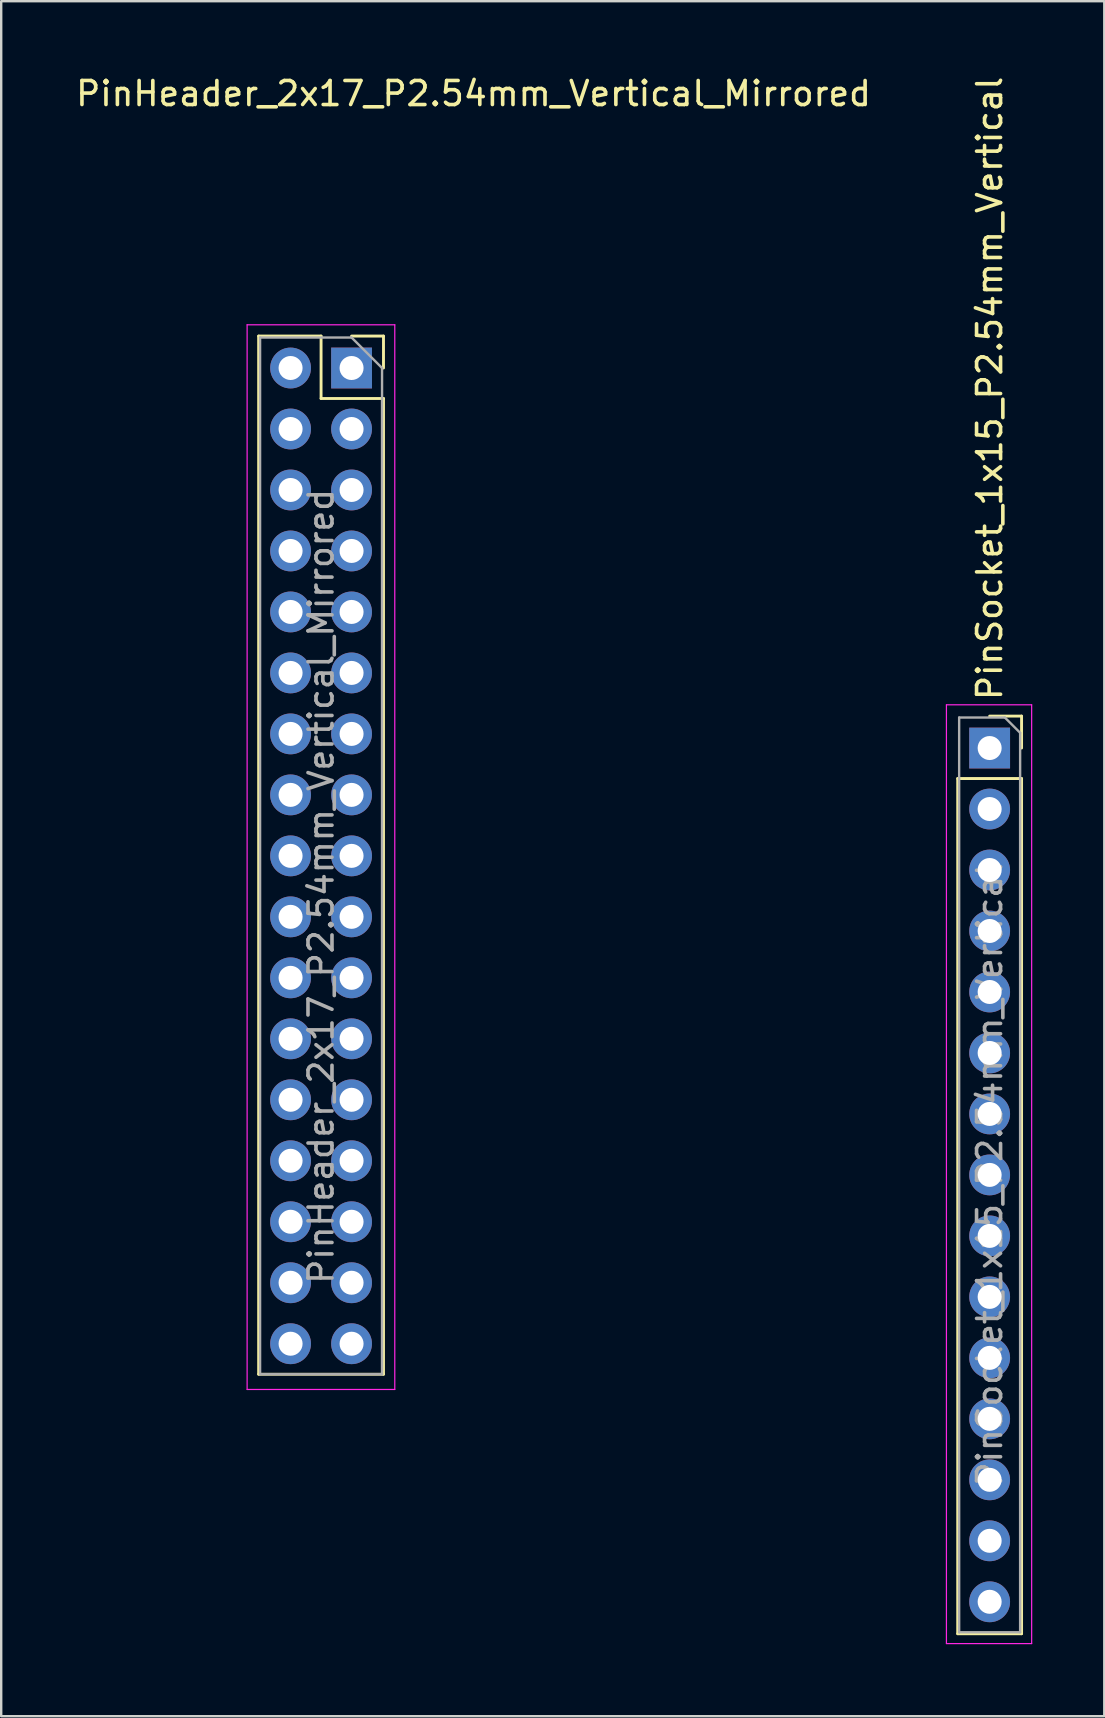
<source format=kicad_pcb>
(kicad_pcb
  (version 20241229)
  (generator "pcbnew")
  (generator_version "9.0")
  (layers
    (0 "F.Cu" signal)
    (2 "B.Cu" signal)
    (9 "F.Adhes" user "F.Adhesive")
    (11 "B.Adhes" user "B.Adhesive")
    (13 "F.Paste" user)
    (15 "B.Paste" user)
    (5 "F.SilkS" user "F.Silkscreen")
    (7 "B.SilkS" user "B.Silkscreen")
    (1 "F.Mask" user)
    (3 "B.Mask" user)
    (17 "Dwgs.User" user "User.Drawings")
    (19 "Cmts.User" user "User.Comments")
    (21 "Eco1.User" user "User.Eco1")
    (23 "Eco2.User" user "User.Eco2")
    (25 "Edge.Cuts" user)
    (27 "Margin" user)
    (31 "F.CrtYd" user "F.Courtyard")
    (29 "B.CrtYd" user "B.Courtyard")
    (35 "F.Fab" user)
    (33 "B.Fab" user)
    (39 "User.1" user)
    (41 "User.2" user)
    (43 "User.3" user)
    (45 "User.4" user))
  (footprint "PinSocket_1x15_P2.54mm_Vertical"
    (layer "F.Cu")
    (at 38.17 28.107)
    (property "Reference" "PinSocket_1x15_P2.54mm_Vertical" (at 0 -1.905 270) (layer "F.SilkS") (effects (font (size 1 1) (thickness 0.15)) (justify left)))
    (attr through_hole)
    (fp_line (start -1.33 1.27) (end -1.33 36.89) (stroke (width 0.12) (type solid)) (layer "F.SilkS"))
    (fp_line (start -1.33 1.27) (end 1.33 1.27) (stroke (width 0.12) (type solid)) (layer "F.SilkS"))
    (fp_line (start -1.33 36.89) (end 1.33 36.89) (stroke (width 0.12) (type solid)) (layer "F.SilkS"))
    (fp_line (start 0 -1.33) (end 1.33 -1.33) (stroke (width 0.12) (type solid)) (layer "F.SilkS"))
    (fp_line (start 1.33 -1.33) (end 1.33 0) (stroke (width 0.12) (type solid)) (layer "F.SilkS"))
    (fp_line (start 1.33 1.27) (end 1.33 36.89) (stroke (width 0.12) (type solid)) (layer "F.SilkS"))
    (fp_line (start -1.8 -1.8) (end 1.75 -1.8) (stroke (width 0.05) (type solid)) (layer "F.CrtYd"))
    (fp_line (start -1.8 37.3) (end -1.8 -1.8) (stroke (width 0.05) (type solid)) (layer "F.CrtYd"))
    (fp_line (start 1.75 -1.8) (end 1.75 37.3) (stroke (width 0.05) (type solid)) (layer "F.CrtYd"))
    (fp_line (start 1.75 37.3) (end -1.8 37.3) (stroke (width 0.05) (type solid)) (layer "F.CrtYd"))
    (fp_line (start -1.27 -1.27) (end 0.635 -1.27) (stroke (width 0.1) (type solid)) (layer "F.Fab"))
    (fp_line (start -1.27 36.83) (end -1.27 -1.27) (stroke (width 0.1) (type solid)) (layer "F.Fab"))
    (fp_line (start 0.635 -1.27) (end 1.27 -0.635) (stroke (width 0.1) (type solid)) (layer "F.Fab"))
    (fp_line (start 1.27 -0.635) (end 1.27 36.83) (stroke (width 0.1) (type solid)) (layer "F.Fab"))
    (fp_line (start 1.27 36.83) (end -1.27 36.83) (stroke (width 0.1) (type solid)) (layer "F.Fab"))
    (fp_text user "${REFERENCE}" (at 0 17.78 90) (layer "F.Fab") (effects (font (size 1 1) (thickness 0.15))))
    (pad "1" thru_hole rect (at 0 0) (size 1.7 1.7) (drill 1) (layers "*.Cu" "*.Mask"))
    (pad "2" thru_hole oval (at 0 2.54) (size 1.7 1.7) (drill 1) (layers "*.Cu" "*.Mask"))
    (pad "3" thru_hole oval (at 0 5.08) (size 1.7 1.7) (drill 1) (layers "*.Cu" "*.Mask"))
    (pad "4" thru_hole oval (at 0 7.62) (size 1.7 1.7) (drill 1) (layers "*.Cu" "*.Mask"))
    (pad "5" thru_hole oval (at 0 10.16) (size 1.7 1.7) (drill 1) (layers "*.Cu" "*.Mask"))
    (pad "6" thru_hole oval (at 0 12.7) (size 1.7 1.7) (drill 1) (layers "*.Cu" "*.Mask"))
    (pad "7" thru_hole oval (at 0 15.24) (size 1.7 1.7) (drill 1) (layers "*.Cu" "*.Mask"))
    (pad "8" thru_hole oval (at 0 17.78) (size 1.7 1.7) (drill 1) (layers "*.Cu" "*.Mask"))
    (pad "9" thru_hole oval (at 0 20.32) (size 1.7 1.7) (drill 1) (layers "*.Cu" "*.Mask"))
    (pad "10" thru_hole oval (at 0 22.86) (size 1.7 1.7) (drill 1) (layers "*.Cu" "*.Mask"))
    (pad "11" thru_hole oval (at 0 25.4) (size 1.7 1.7) (drill 1) (layers "*.Cu" "*.Mask"))
    (pad "12" thru_hole oval (at 0 27.94) (size 1.7 1.7) (drill 1) (layers "*.Cu" "*.Mask"))
    (pad "13" thru_hole oval (at 0 30.48) (size 1.7 1.7) (drill 1) (layers "*.Cu" "*.Mask"))
    (pad "14" thru_hole oval (at 0 33.02) (size 1.7 1.7) (drill 1) (layers "*.Cu" "*.Mask"))
    (pad "15" thru_hole oval (at 0 35.56) (size 1.7 1.7) (drill 1) (layers "*.Cu" "*.Mask")))
  (footprint "PinHeader_2x17_P2.54mm_Vertical_Mirrored"
    (layer "F.Cu")
    (at 11.593 12.278)
    (property "Reference" "PinHeader_2x17_P2.54mm_Vertical_Mirrored" (at 5.08 -11.43 180) (layer "F.SilkS") (effects (font (size 1 1) (thickness 0.15))))
    (attr through_hole)
    (fp_line (start -3.87 -1.33) (end -3.87 41.91) (stroke (width 0.12) (type solid)) (layer "F.SilkS"))
    (fp_line (start -1.27 -1.33) (end -3.87 -1.33) (stroke (width 0.12) (type solid)) (layer "F.SilkS"))
    (fp_line (start -1.27 1.27) (end -1.27 -1.33) (stroke (width 0.12) (type solid)) (layer "F.SilkS"))
    (fp_line (start 1.33 -1.33) (end 0 -1.33) (stroke (width 0.12) (type solid)) (layer "F.SilkS"))
    (fp_line (start 1.33 0) (end 1.33 -1.33) (stroke (width 0.12) (type solid)) (layer "F.SilkS"))
    (fp_line (start 1.33 1.27) (end -1.27 1.27) (stroke (width 0.12) (type solid)) (layer "F.SilkS"))
    (fp_line (start 1.33 1.27) (end 1.33 41.91) (stroke (width 0.12) (type solid)) (layer "F.SilkS"))
    (fp_line (start 1.33 41.91) (end -3.87 41.91) (stroke (width 0.12) (type solid)) (layer "F.SilkS"))
    (fp_line (start -4.35 -1.8) (end 1.8 -1.8) (stroke (width 0.05) (type solid)) (layer "F.CrtYd"))
    (fp_line (start -4.35 42.545) (end -4.35 -1.8) (stroke (width 0.05) (type solid)) (layer "F.CrtYd"))
    (fp_line (start 1.8 -1.8) (end 1.8 42.545) (stroke (width 0.05) (type solid)) (layer "F.CrtYd"))
    (fp_line (start 1.8 42.545) (end -4.35 42.545) (stroke (width 0.05) (type solid)) (layer "F.CrtYd"))
    (fp_line (start -3.81 -1.27) (end -3.81 41.91) (stroke (width 0.1) (type solid)) (layer "F.Fab"))
    (fp_line (start -3.81 41.91) (end 1.27 41.91) (stroke (width 0.1) (type solid)) (layer "F.Fab"))
    (fp_line (start 0 -1.27) (end -3.81 -1.27) (stroke (width 0.1) (type solid)) (layer "F.Fab"))
    (fp_line (start 1.27 0) (end 0 -1.27) (stroke (width 0.1) (type solid)) (layer "F.Fab"))
    (fp_line (start 1.27 41.91) (end 1.27 0) (stroke (width 0.1) (type solid)) (layer "F.Fab"))
    (fp_text user "${REFERENCE}" (at -1.27 21.59 90) (layer "F.Fab") (effects (font (size 1 1) (thickness 0.15))))
    (pad "1" thru_hole rect (at 0 0) (size 1.7 1.7) (drill 1) (layers "*.Cu" "*.Mask"))
    (pad "2" thru_hole oval (at -2.54 0) (size 1.7 1.7) (drill 1) (layers "*.Cu" "*.Mask"))
    (pad "3" thru_hole oval (at 0 2.54) (size 1.7 1.7) (drill 1) (layers "*.Cu" "*.Mask"))
    (pad "4" thru_hole oval (at -2.54 2.54) (size 1.7 1.7) (drill 1) (layers "*.Cu" "*.Mask"))
    (pad "5" thru_hole oval (at 0 5.08) (size 1.7 1.7) (drill 1) (layers "*.Cu" "*.Mask"))
    (pad "6" thru_hole oval (at -2.54 5.08) (size 1.7 1.7) (drill 1) (layers "*.Cu" "*.Mask"))
    (pad "7" thru_hole oval (at 0 7.62) (size 1.7 1.7) (drill 1) (layers "*.Cu" "*.Mask"))
    (pad "8" thru_hole oval (at -2.54 7.62) (size 1.7 1.7) (drill 1) (layers "*.Cu" "*.Mask"))
    (pad "9" thru_hole oval (at 0 10.16) (size 1.7 1.7) (drill 1) (layers "*.Cu" "*.Mask"))
    (pad "10" thru_hole oval (at -2.54 10.16) (size 1.7 1.7) (drill 1) (layers "*.Cu" "*.Mask"))
    (pad "11" thru_hole oval (at 0 12.7) (size 1.7 1.7) (drill 1) (layers "*.Cu" "*.Mask"))
    (pad "12" thru_hole oval (at -2.54 12.7) (size 1.7 1.7) (drill 1) (layers "*.Cu" "*.Mask"))
    (pad "13" thru_hole oval (at 0 15.24) (size 1.7 1.7) (drill 1) (layers "*.Cu" "*.Mask"))
    (pad "14" thru_hole oval (at -2.54 15.24) (size 1.7 1.7) (drill 1) (layers "*.Cu" "*.Mask"))
    (pad "15" thru_hole oval (at 0 17.78) (size 1.7 1.7) (drill 1) (layers "*.Cu" "*.Mask"))
    (pad "16" thru_hole oval (at -2.54 17.78) (size 1.7 1.7) (drill 1) (layers "*.Cu" "*.Mask"))
    (pad "17" thru_hole oval (at 0 20.32) (size 1.7 1.7) (drill 1) (layers "*.Cu" "*.Mask"))
    (pad "18" thru_hole oval (at -2.54 20.32) (size 1.7 1.7) (drill 1) (layers "*.Cu" "*.Mask"))
    (pad "19" thru_hole oval (at 0 22.86) (size 1.7 1.7) (drill 1) (layers "*.Cu" "*.Mask"))
    (pad "20" thru_hole oval (at -2.54 22.86) (size 1.7 1.7) (drill 1) (layers "*.Cu" "*.Mask"))
    (pad "21" thru_hole oval (at 0 25.4) (size 1.7 1.7) (drill 1) (layers "*.Cu" "*.Mask"))
    (pad "22" thru_hole oval (at -2.54 25.4) (size 1.7 1.7) (drill 1) (layers "*.Cu" "*.Mask"))
    (pad "23" thru_hole oval (at 0 27.94) (size 1.7 1.7) (drill 1) (layers "*.Cu" "*.Mask"))
    (pad "24" thru_hole oval (at -2.54 27.94) (size 1.7 1.7) (drill 1) (layers "*.Cu" "*.Mask"))
    (pad "25" thru_hole oval (at 0 30.48) (size 1.7 1.7) (drill 1) (layers "*.Cu" "*.Mask"))
    (pad "26" thru_hole oval (at -2.54 30.48) (size 1.7 1.7) (drill 1) (layers "*.Cu" "*.Mask"))
    (pad "27" thru_hole oval (at 0 33.02) (size 1.7 1.7) (drill 1) (layers "*.Cu" "*.Mask"))
    (pad "28" thru_hole oval (at -2.54 33.02) (size 1.7 1.7) (drill 1) (layers "*.Cu" "*.Mask"))
    (pad "29" thru_hole oval (at 0 35.56) (size 1.7 1.7) (drill 1) (layers "*.Cu" "*.Mask"))
    (pad "30" thru_hole oval (at -2.54 35.56) (size 1.7 1.7) (drill 1) (layers "*.Cu" "*.Mask"))
    (pad "31" thru_hole oval (at 0 38.1) (size 1.7 1.7) (drill 1) (layers "*.Cu" "*.Mask"))
    (pad "32" thru_hole oval (at -2.54 38.1) (size 1.7 1.7) (drill 1) (layers "*.Cu" "*.Mask"))
    (pad "33" thru_hole oval (at 0 40.64) (size 1.7 1.7) (drill 1) (layers "*.Cu" "*.Mask"))
    (pad "34" thru_hole oval (at -2.54 40.64) (size 1.7 1.7) (drill 1) (layers "*.Cu" "*.Mask")))
  (gr_rect
    (start -3 -3)
    (end 42.945 68.432)
    (stroke (width 0.1) (type default))
    (fill no)
    (layer "Edge.Cuts")))
</source>
